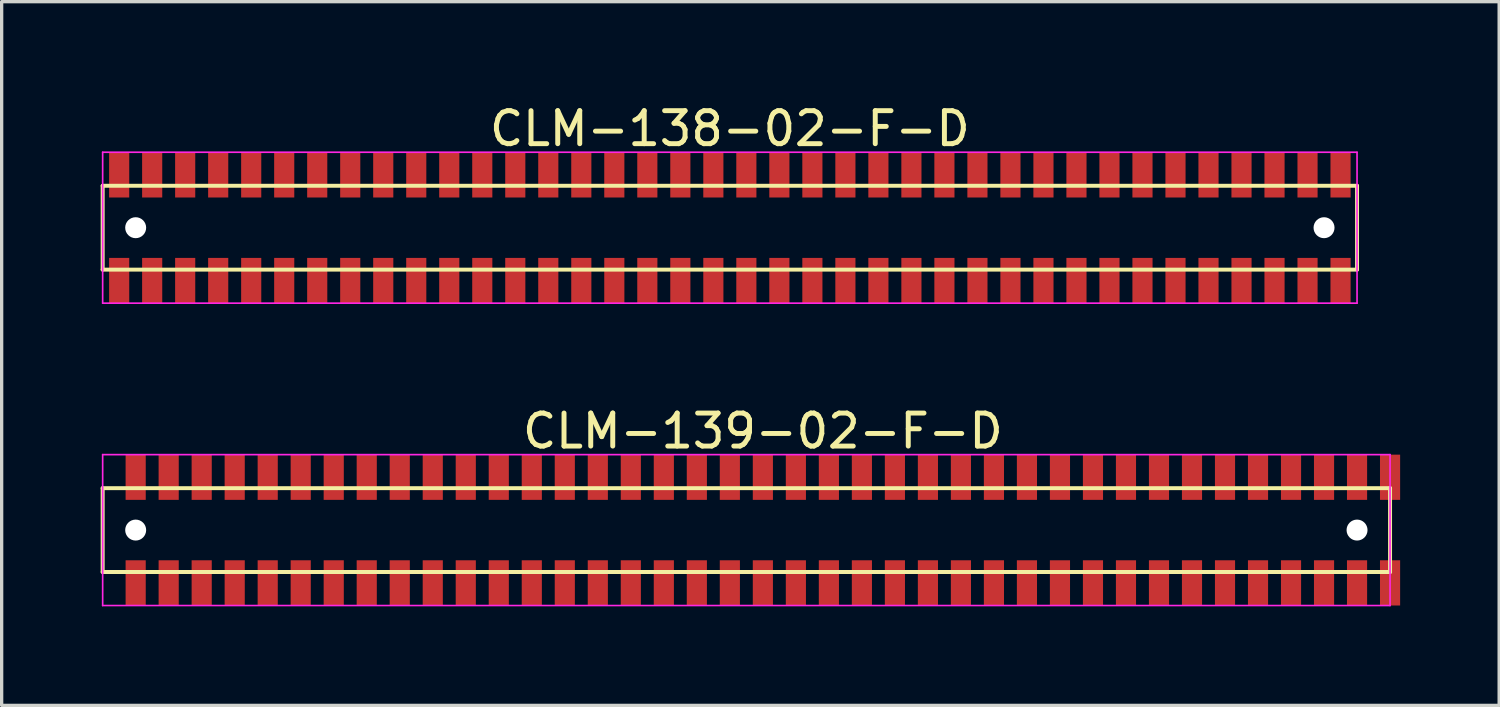
<source format=kicad_pcb>
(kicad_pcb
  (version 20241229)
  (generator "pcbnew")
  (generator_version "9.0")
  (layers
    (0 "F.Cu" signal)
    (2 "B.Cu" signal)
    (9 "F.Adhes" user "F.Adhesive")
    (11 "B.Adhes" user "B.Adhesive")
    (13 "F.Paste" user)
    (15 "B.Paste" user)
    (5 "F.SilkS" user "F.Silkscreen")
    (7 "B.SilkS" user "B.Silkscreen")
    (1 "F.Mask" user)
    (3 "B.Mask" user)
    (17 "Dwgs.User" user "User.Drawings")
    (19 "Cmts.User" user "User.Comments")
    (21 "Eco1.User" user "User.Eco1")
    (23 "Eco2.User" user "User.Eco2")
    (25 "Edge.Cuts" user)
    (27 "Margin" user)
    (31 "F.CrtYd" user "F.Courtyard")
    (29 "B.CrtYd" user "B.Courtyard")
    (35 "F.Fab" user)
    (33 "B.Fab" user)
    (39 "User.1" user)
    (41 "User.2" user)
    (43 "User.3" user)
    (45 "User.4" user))
  (footprint "CLM-139-02-F-D"
    (layer "F.Cu")
    (at 20.06 13.008)
    (property "Reference" "CLM-139-02-F-D" (at 0 -3 0) (layer "F.SilkS") (effects (font (size 1 1) (thickness 0.15))))
    (attr through_hole)
    (fp_line (start -20 -1.27) (end -20 1.27) (stroke (width 0.12) (type solid)) (layer "F.SilkS"))
    (fp_line (start -20 1.27) (end 19 1.27) (stroke (width 0.12) (type solid)) (layer "F.SilkS"))
    (fp_line (start 19 -1.27) (end -20 -1.27) (stroke (width 0.12) (type solid)) (layer "F.SilkS"))
    (fp_line (start 19 1.27) (end 19 -1.27) (stroke (width 0.12) (type solid)) (layer "F.SilkS"))
    (fp_line (start -20 -2.286) (end -20 2.286) (stroke (width 0.05) (type solid)) (layer "F.CrtYd"))
    (fp_line (start -20 2.286) (end 19 2.286) (stroke (width 0.05) (type solid)) (layer "F.CrtYd"))
    (fp_line (start 19 -2.286) (end -20 -2.286) (stroke (width 0.05) (type solid)) (layer "F.CrtYd"))
    (fp_line (start 19 2.286) (end 19 -2.286) (stroke (width 0.05) (type solid)) (layer "F.CrtYd"))
    (pad "" np_thru_hole circle (at -19 0) (size 0.635 0.635) (drill 0.635) (layers "*.Cu" "*.Mask"))
    (pad "" np_thru_hole circle (at 18 0) (size 0.635 0.635) (drill 0.635) (layers "*.Cu" "*.Mask"))
    (pad "1" smd rect (at -19 -1.6) (size 0.61 1.37) (layers "F.Cu" "F.Mask" "F.Paste"))
    (pad "2" smd rect (at -19 1.6) (size 0.61 1.37) (layers "F.Cu" "F.Mask" "F.Paste"))
    (pad "3" smd rect (at -18 -1.6) (size 0.61 1.37) (layers "F.Cu" "F.Mask" "F.Paste"))
    (pad "4" smd rect (at -18 1.6) (size 0.61 1.37) (layers "F.Cu" "F.Mask" "F.Paste"))
    (pad "5" smd rect (at -17 -1.6) (size 0.61 1.37) (layers "F.Cu" "F.Mask" "F.Paste"))
    (pad "6" smd rect (at -17 1.6) (size 0.61 1.37) (layers "F.Cu" "F.Mask" "F.Paste"))
    (pad "7" smd rect (at -16 -1.6) (size 0.61 1.37) (layers "F.Cu" "F.Mask" "F.Paste"))
    (pad "8" smd rect (at -16 1.6) (size 0.61 1.37) (layers "F.Cu" "F.Mask" "F.Paste"))
    (pad "9" smd rect (at -15 -1.6) (size 0.61 1.37) (layers "F.Cu" "F.Mask" "F.Paste"))
    (pad "10" smd rect (at -15 1.6) (size 0.61 1.37) (layers "F.Cu" "F.Mask" "F.Paste"))
    (pad "11" smd rect (at -14 -1.6) (size 0.61 1.37) (layers "F.Cu" "F.Mask" "F.Paste"))
    (pad "12" smd rect (at -14 1.6) (size 0.61 1.37) (layers "F.Cu" "F.Mask" "F.Paste"))
    (pad "13" smd rect (at -13 -1.6) (size 0.61 1.37) (layers "F.Cu" "F.Mask" "F.Paste"))
    (pad "14" smd rect (at -13 1.6) (size 0.61 1.37) (layers "F.Cu" "F.Mask" "F.Paste"))
    (pad "15" smd rect (at -12 -1.6) (size 0.61 1.37) (layers "F.Cu" "F.Mask" "F.Paste"))
    (pad "16" smd rect (at -12 1.6) (size 0.61 1.37) (layers "F.Cu" "F.Mask" "F.Paste"))
    (pad "17" smd rect (at -11 -1.6) (size 0.61 1.37) (layers "F.Cu" "F.Mask" "F.Paste"))
    (pad "18" smd rect (at -11 1.6) (size 0.61 1.37) (layers "F.Cu" "F.Mask" "F.Paste"))
    (pad "19" smd rect (at -10 -1.6) (size 0.61 1.37) (layers "F.Cu" "F.Mask" "F.Paste"))
    (pad "20" smd rect (at -10 1.6) (size 0.61 1.37) (layers "F.Cu" "F.Mask" "F.Paste"))
    (pad "21" smd rect (at -9 -1.6) (size 0.61 1.37) (layers "F.Cu" "F.Mask" "F.Paste"))
    (pad "22" smd rect (at -9 1.6) (size 0.61 1.37) (layers "F.Cu" "F.Mask" "F.Paste"))
    (pad "23" smd rect (at -8 -1.6) (size 0.61 1.37) (layers "F.Cu" "F.Mask" "F.Paste"))
    (pad "24" smd rect (at -8 1.6) (size 0.61 1.37) (layers "F.Cu" "F.Mask" "F.Paste"))
    (pad "25" smd rect (at -7 -1.6) (size 0.61 1.37) (layers "F.Cu" "F.Mask" "F.Paste"))
    (pad "26" smd rect (at -7 1.6) (size 0.61 1.37) (layers "F.Cu" "F.Mask" "F.Paste"))
    (pad "27" smd rect (at -6 -1.6) (size 0.61 1.37) (layers "F.Cu" "F.Mask" "F.Paste"))
    (pad "28" smd rect (at -6 1.6) (size 0.61 1.37) (layers "F.Cu" "F.Mask" "F.Paste"))
    (pad "29" smd rect (at -5 -1.6) (size 0.61 1.37) (layers "F.Cu" "F.Mask" "F.Paste"))
    (pad "30" smd rect (at -5 1.6) (size 0.61 1.37) (layers "F.Cu" "F.Mask" "F.Paste"))
    (pad "31" smd rect (at -4 -1.6) (size 0.61 1.37) (layers "F.Cu" "F.Mask" "F.Paste"))
    (pad "32" smd rect (at -4 1.6) (size 0.61 1.37) (layers "F.Cu" "F.Mask" "F.Paste"))
    (pad "33" smd rect (at -3 -1.6) (size 0.61 1.37) (layers "F.Cu" "F.Mask" "F.Paste"))
    (pad "34" smd rect (at -3 1.6) (size 0.61 1.37) (layers "F.Cu" "F.Mask" "F.Paste"))
    (pad "35" smd rect (at -2 -1.6) (size 0.61 1.37) (layers "F.Cu" "F.Mask" "F.Paste"))
    (pad "36" smd rect (at -2 1.6) (size 0.61 1.37) (layers "F.Cu" "F.Mask" "F.Paste"))
    (pad "37" smd rect (at -1 -1.6) (size 0.61 1.37) (layers "F.Cu" "F.Mask" "F.Paste"))
    (pad "38" smd rect (at -1 1.6) (size 0.61 1.37) (layers "F.Cu" "F.Mask" "F.Paste"))
    (pad "39" smd rect (at 0 -1.6) (size 0.61 1.37) (layers "F.Cu" "F.Mask" "F.Paste"))
    (pad "40" smd rect (at 0 1.6) (size 0.61 1.37) (layers "F.Cu" "F.Mask" "F.Paste"))
    (pad "41" smd rect (at 1 -1.6) (size 0.61 1.37) (layers "F.Cu" "F.Mask" "F.Paste"))
    (pad "42" smd rect (at 1 1.6) (size 0.61 1.37) (layers "F.Cu" "F.Mask" "F.Paste"))
    (pad "43" smd rect (at 2 -1.6) (size 0.61 1.37) (layers "F.Cu" "F.Mask" "F.Paste"))
    (pad "44" smd rect (at 2 1.6) (size 0.61 1.37) (layers "F.Cu" "F.Mask" "F.Paste"))
    (pad "45" smd rect (at 3 -1.6) (size 0.61 1.37) (layers "F.Cu" "F.Mask" "F.Paste"))
    (pad "46" smd rect (at 3 1.6) (size 0.61 1.37) (layers "F.Cu" "F.Mask" "F.Paste"))
    (pad "47" smd rect (at 4 -1.6) (size 0.61 1.37) (layers "F.Cu" "F.Mask" "F.Paste"))
    (pad "48" smd rect (at 4 1.6) (size 0.61 1.37) (layers "F.Cu" "F.Mask" "F.Paste"))
    (pad "49" smd rect (at 5 -1.6) (size 0.61 1.37) (layers "F.Cu" "F.Mask" "F.Paste"))
    (pad "50" smd rect (at 5 1.6) (size 0.61 1.37) (layers "F.Cu" "F.Mask" "F.Paste"))
    (pad "51" smd rect (at 6 -1.6) (size 0.61 1.37) (layers "F.Cu" "F.Mask" "F.Paste"))
    (pad "52" smd rect (at 6 1.6) (size 0.61 1.37) (layers "F.Cu" "F.Mask" "F.Paste"))
    (pad "53" smd rect (at 7 -1.6) (size 0.61 1.37) (layers "F.Cu" "F.Mask" "F.Paste"))
    (pad "54" smd rect (at 7 1.6) (size 0.61 1.37) (layers "F.Cu" "F.Mask" "F.Paste"))
    (pad "55" smd rect (at 8 -1.6) (size 0.61 1.37) (layers "F.Cu" "F.Mask" "F.Paste"))
    (pad "56" smd rect (at 8 1.6) (size 0.61 1.37) (layers "F.Cu" "F.Mask" "F.Paste"))
    (pad "57" smd rect (at 9 -1.6) (size 0.61 1.37) (layers "F.Cu" "F.Mask" "F.Paste"))
    (pad "58" smd rect (at 9 1.6) (size 0.61 1.37) (layers "F.Cu" "F.Mask" "F.Paste"))
    (pad "59" smd rect (at 10 -1.6) (size 0.61 1.37) (layers "F.Cu" "F.Mask" "F.Paste"))
    (pad "60" smd rect (at 10 1.6) (size 0.61 1.37) (layers "F.Cu" "F.Mask" "F.Paste"))
    (pad "61" smd rect (at 11 -1.6) (size 0.61 1.37) (layers "F.Cu" "F.Mask" "F.Paste"))
    (pad "62" smd rect (at 11 1.6) (size 0.61 1.37) (layers "F.Cu" "F.Mask" "F.Paste"))
    (pad "63" smd rect (at 12 -1.6) (size 0.61 1.37) (layers "F.Cu" "F.Mask" "F.Paste"))
    (pad "64" smd rect (at 12 1.6) (size 0.61 1.37) (layers "F.Cu" "F.Mask" "F.Paste"))
    (pad "65" smd rect (at 13 -1.6) (size 0.61 1.37) (layers "F.Cu" "F.Mask" "F.Paste"))
    (pad "66" smd rect (at 13 1.6) (size 0.61 1.37) (layers "F.Cu" "F.Mask" "F.Paste"))
    (pad "67" smd rect (at 14 -1.6) (size 0.61 1.37) (layers "F.Cu" "F.Mask" "F.Paste"))
    (pad "68" smd rect (at 14 1.6) (size 0.61 1.37) (layers "F.Cu" "F.Mask" "F.Paste"))
    (pad "69" smd rect (at 15 -1.6) (size 0.61 1.37) (layers "F.Cu" "F.Mask" "F.Paste"))
    (pad "70" smd rect (at 15 1.6) (size 0.61 1.37) (layers "F.Cu" "F.Mask" "F.Paste"))
    (pad "71" smd rect (at 16 -1.6) (size 0.61 1.37) (layers "F.Cu" "F.Mask" "F.Paste"))
    (pad "72" smd rect (at 16 1.6) (size 0.61 1.37) (layers "F.Cu" "F.Mask" "F.Paste"))
    (pad "73" smd rect (at 17 -1.6) (size 0.61 1.37) (layers "F.Cu" "F.Mask" "F.Paste"))
    (pad "74" smd rect (at 17 1.6) (size 0.61 1.37) (layers "F.Cu" "F.Mask" "F.Paste"))
    (pad "75" smd rect (at 18 -1.6) (size 0.61 1.37) (layers "F.Cu" "F.Mask" "F.Paste"))
    (pad "76" smd rect (at 18 1.6) (size 0.61 1.37) (layers "F.Cu" "F.Mask" "F.Paste"))
    (pad "77" smd rect (at 19 -1.6) (size 0.61 1.37) (layers "F.Cu" "F.Mask" "F.Paste"))
    (pad "78" smd rect (at 19 1.6) (size 0.61 1.37) (layers "F.Cu" "F.Mask" "F.Paste")))
  (footprint "CLM-138-02-F-D"
    (layer "F.Cu")
    (at 19.06 3.848)
    (property "Reference" "CLM-138-02-F-D" (at 0 -3 0) (layer "F.SilkS") (effects (font (size 1 1) (thickness 0.15))))
    (attr through_hole)
    (fp_line (start -19 -1.27) (end -19 1.27) (stroke (width 0.12) (type solid)) (layer "F.SilkS"))
    (fp_line (start -19 1.27) (end 19 1.27) (stroke (width 0.12) (type solid)) (layer "F.SilkS"))
    (fp_line (start 19 -1.27) (end -19 -1.27) (stroke (width 0.12) (type solid)) (layer "F.SilkS"))
    (fp_line (start 19 1.27) (end 19 -1.27) (stroke (width 0.12) (type solid)) (layer "F.SilkS"))
    (fp_line (start -19 -2.286) (end -19 2.286) (stroke (width 0.05) (type solid)) (layer "F.CrtYd"))
    (fp_line (start -19 2.286) (end 19 2.286) (stroke (width 0.05) (type solid)) (layer "F.CrtYd"))
    (fp_line (start 19 -2.286) (end -19 -2.286) (stroke (width 0.05) (type solid)) (layer "F.CrtYd"))
    (fp_line (start 19 2.286) (end 19 -2.286) (stroke (width 0.05) (type solid)) (layer "F.CrtYd"))
    (pad "" np_thru_hole circle (at -18 0) (size 0.635 0.635) (drill 0.635) (layers "*.Cu" "*.Mask"))
    (pad "" np_thru_hole circle (at 18 0) (size 0.635 0.635) (drill 0.635) (layers "*.Cu" "*.Mask"))
    (pad "1" smd rect (at -18.5 -1.6) (size 0.61 1.37) (layers "F.Cu" "F.Mask" "F.Paste"))
    (pad "2" smd rect (at -18.5 1.6) (size 0.61 1.37) (layers "F.Cu" "F.Mask" "F.Paste"))
    (pad "3" smd rect (at -17.5 -1.6) (size 0.61 1.37) (layers "F.Cu" "F.Mask" "F.Paste"))
    (pad "4" smd rect (at -17.5 1.6) (size 0.61 1.37) (layers "F.Cu" "F.Mask" "F.Paste"))
    (pad "5" smd rect (at -16.5 -1.6) (size 0.61 1.37) (layers "F.Cu" "F.Mask" "F.Paste"))
    (pad "6" smd rect (at -16.5 1.6) (size 0.61 1.37) (layers "F.Cu" "F.Mask" "F.Paste"))
    (pad "7" smd rect (at -15.5 -1.6) (size 0.61 1.37) (layers "F.Cu" "F.Mask" "F.Paste"))
    (pad "8" smd rect (at -15.5 1.6) (size 0.61 1.37) (layers "F.Cu" "F.Mask" "F.Paste"))
    (pad "9" smd rect (at -14.5 -1.6) (size 0.61 1.37) (layers "F.Cu" "F.Mask" "F.Paste"))
    (pad "10" smd rect (at -14.5 1.6) (size 0.61 1.37) (layers "F.Cu" "F.Mask" "F.Paste"))
    (pad "11" smd rect (at -13.5 -1.6) (size 0.61 1.37) (layers "F.Cu" "F.Mask" "F.Paste"))
    (pad "12" smd rect (at -13.5 1.6) (size 0.61 1.37) (layers "F.Cu" "F.Mask" "F.Paste"))
    (pad "13" smd rect (at -12.5 -1.6) (size 0.61 1.37) (layers "F.Cu" "F.Mask" "F.Paste"))
    (pad "14" smd rect (at -12.5 1.6) (size 0.61 1.37) (layers "F.Cu" "F.Mask" "F.Paste"))
    (pad "15" smd rect (at -11.5 -1.6) (size 0.61 1.37) (layers "F.Cu" "F.Mask" "F.Paste"))
    (pad "16" smd rect (at -11.5 1.6) (size 0.61 1.37) (layers "F.Cu" "F.Mask" "F.Paste"))
    (pad "17" smd rect (at -10.5 -1.6) (size 0.61 1.37) (layers "F.Cu" "F.Mask" "F.Paste"))
    (pad "18" smd rect (at -10.5 1.6) (size 0.61 1.37) (layers "F.Cu" "F.Mask" "F.Paste"))
    (pad "19" smd rect (at -9.5 -1.6) (size 0.61 1.37) (layers "F.Cu" "F.Mask" "F.Paste"))
    (pad "20" smd rect (at -9.5 1.6) (size 0.61 1.37) (layers "F.Cu" "F.Mask" "F.Paste"))
    (pad "21" smd rect (at -8.5 -1.6) (size 0.61 1.37) (layers "F.Cu" "F.Mask" "F.Paste"))
    (pad "22" smd rect (at -8.5 1.6) (size 0.61 1.37) (layers "F.Cu" "F.Mask" "F.Paste"))
    (pad "23" smd rect (at -7.5 -1.6) (size 0.61 1.37) (layers "F.Cu" "F.Mask" "F.Paste"))
    (pad "24" smd rect (at -7.5 1.6) (size 0.61 1.37) (layers "F.Cu" "F.Mask" "F.Paste"))
    (pad "25" smd rect (at -6.5 -1.6) (size 0.61 1.37) (layers "F.Cu" "F.Mask" "F.Paste"))
    (pad "26" smd rect (at -6.5 1.6) (size 0.61 1.37) (layers "F.Cu" "F.Mask" "F.Paste"))
    (pad "27" smd rect (at -5.5 -1.6) (size 0.61 1.37) (layers "F.Cu" "F.Mask" "F.Paste"))
    (pad "28" smd rect (at -5.5 1.6) (size 0.61 1.37) (layers "F.Cu" "F.Mask" "F.Paste"))
    (pad "29" smd rect (at -4.5 -1.6) (size 0.61 1.37) (layers "F.Cu" "F.Mask" "F.Paste"))
    (pad "30" smd rect (at -4.5 1.6) (size 0.61 1.37) (layers "F.Cu" "F.Mask" "F.Paste"))
    (pad "31" smd rect (at -3.5 -1.6) (size 0.61 1.37) (layers "F.Cu" "F.Mask" "F.Paste"))
    (pad "32" smd rect (at -3.5 1.6) (size 0.61 1.37) (layers "F.Cu" "F.Mask" "F.Paste"))
    (pad "33" smd rect (at -2.5 -1.6) (size 0.61 1.37) (layers "F.Cu" "F.Mask" "F.Paste"))
    (pad "34" smd rect (at -2.5 1.6) (size 0.61 1.37) (layers "F.Cu" "F.Mask" "F.Paste"))
    (pad "35" smd rect (at -1.5 -1.6) (size 0.61 1.37) (layers "F.Cu" "F.Mask" "F.Paste"))
    (pad "36" smd rect (at -1.5 1.6) (size 0.61 1.37) (layers "F.Cu" "F.Mask" "F.Paste"))
    (pad "37" smd rect (at -0.5 -1.6) (size 0.61 1.37) (layers "F.Cu" "F.Mask" "F.Paste"))
    (pad "38" smd rect (at -0.5 1.6) (size 0.61 1.37) (layers "F.Cu" "F.Mask" "F.Paste"))
    (pad "39" smd rect (at 0.5 -1.6) (size 0.61 1.37) (layers "F.Cu" "F.Mask" "F.Paste"))
    (pad "40" smd rect (at 0.5 1.6) (size 0.61 1.37) (layers "F.Cu" "F.Mask" "F.Paste"))
    (pad "41" smd rect (at 1.5 -1.6) (size 0.61 1.37) (layers "F.Cu" "F.Mask" "F.Paste"))
    (pad "42" smd rect (at 1.5 1.6) (size 0.61 1.37) (layers "F.Cu" "F.Mask" "F.Paste"))
    (pad "43" smd rect (at 2.5 -1.6) (size 0.61 1.37) (layers "F.Cu" "F.Mask" "F.Paste"))
    (pad "44" smd rect (at 2.5 1.6) (size 0.61 1.37) (layers "F.Cu" "F.Mask" "F.Paste"))
    (pad "45" smd rect (at 3.5 -1.6) (size 0.61 1.37) (layers "F.Cu" "F.Mask" "F.Paste"))
    (pad "46" smd rect (at 3.5 1.6) (size 0.61 1.37) (layers "F.Cu" "F.Mask" "F.Paste"))
    (pad "47" smd rect (at 4.5 -1.6) (size 0.61 1.37) (layers "F.Cu" "F.Mask" "F.Paste"))
    (pad "48" smd rect (at 4.5 1.6) (size 0.61 1.37) (layers "F.Cu" "F.Mask" "F.Paste"))
    (pad "49" smd rect (at 5.5 -1.6) (size 0.61 1.37) (layers "F.Cu" "F.Mask" "F.Paste"))
    (pad "50" smd rect (at 5.5 1.6) (size 0.61 1.37) (layers "F.Cu" "F.Mask" "F.Paste"))
    (pad "51" smd rect (at 6.5 -1.6) (size 0.61 1.37) (layers "F.Cu" "F.Mask" "F.Paste"))
    (pad "52" smd rect (at 6.5 1.6) (size 0.61 1.37) (layers "F.Cu" "F.Mask" "F.Paste"))
    (pad "53" smd rect (at 7.5 -1.6) (size 0.61 1.37) (layers "F.Cu" "F.Mask" "F.Paste"))
    (pad "54" smd rect (at 7.5 1.6) (size 0.61 1.37) (layers "F.Cu" "F.Mask" "F.Paste"))
    (pad "55" smd rect (at 8.5 -1.6) (size 0.61 1.37) (layers "F.Cu" "F.Mask" "F.Paste"))
    (pad "56" smd rect (at 8.5 1.6) (size 0.61 1.37) (layers "F.Cu" "F.Mask" "F.Paste"))
    (pad "57" smd rect (at 9.5 -1.6) (size 0.61 1.37) (layers "F.Cu" "F.Mask" "F.Paste"))
    (pad "58" smd rect (at 9.5 1.6) (size 0.61 1.37) (layers "F.Cu" "F.Mask" "F.Paste"))
    (pad "59" smd rect (at 10.5 -1.6) (size 0.61 1.37) (layers "F.Cu" "F.Mask" "F.Paste"))
    (pad "60" smd rect (at 10.5 1.6) (size 0.61 1.37) (layers "F.Cu" "F.Mask" "F.Paste"))
    (pad "61" smd rect (at 11.5 -1.6) (size 0.61 1.37) (layers "F.Cu" "F.Mask" "F.Paste"))
    (pad "62" smd rect (at 11.5 1.6) (size 0.61 1.37) (layers "F.Cu" "F.Mask" "F.Paste"))
    (pad "63" smd rect (at 12.5 -1.6) (size 0.61 1.37) (layers "F.Cu" "F.Mask" "F.Paste"))
    (pad "64" smd rect (at 12.5 1.6) (size 0.61 1.37) (layers "F.Cu" "F.Mask" "F.Paste"))
    (pad "65" smd rect (at 13.5 -1.6) (size 0.61 1.37) (layers "F.Cu" "F.Mask" "F.Paste"))
    (pad "66" smd rect (at 13.5 1.6) (size 0.61 1.37) (layers "F.Cu" "F.Mask" "F.Paste"))
    (pad "67" smd rect (at 14.5 -1.6) (size 0.61 1.37) (layers "F.Cu" "F.Mask" "F.Paste"))
    (pad "68" smd rect (at 14.5 1.6) (size 0.61 1.37) (layers "F.Cu" "F.Mask" "F.Paste"))
    (pad "69" smd rect (at 15.5 -1.6) (size 0.61 1.37) (layers "F.Cu" "F.Mask" "F.Paste"))
    (pad "70" smd rect (at 15.5 1.6) (size 0.61 1.37) (layers "F.Cu" "F.Mask" "F.Paste"))
    (pad "71" smd rect (at 16.5 -1.6) (size 0.61 1.37) (layers "F.Cu" "F.Mask" "F.Paste"))
    (pad "72" smd rect (at 16.5 1.6) (size 0.61 1.37) (layers "F.Cu" "F.Mask" "F.Paste"))
    (pad "73" smd rect (at 17.5 -1.6) (size 0.61 1.37) (layers "F.Cu" "F.Mask" "F.Paste"))
    (pad "74" smd rect (at 17.5 1.6) (size 0.61 1.37) (layers "F.Cu" "F.Mask" "F.Paste"))
    (pad "75" smd rect (at 18.5 -1.6) (size 0.61 1.37) (layers "F.Cu" "F.Mask" "F.Paste"))
    (pad "76" smd rect (at 18.5 1.6) (size 0.61 1.37) (layers "F.Cu" "F.Mask" "F.Paste")))
  (gr_rect
    (start -3 -3)
    (end 42.365 18.319)
    (stroke (width 0.1) (type default))
    (fill no)
    (layer "Edge.Cuts")))
</source>
